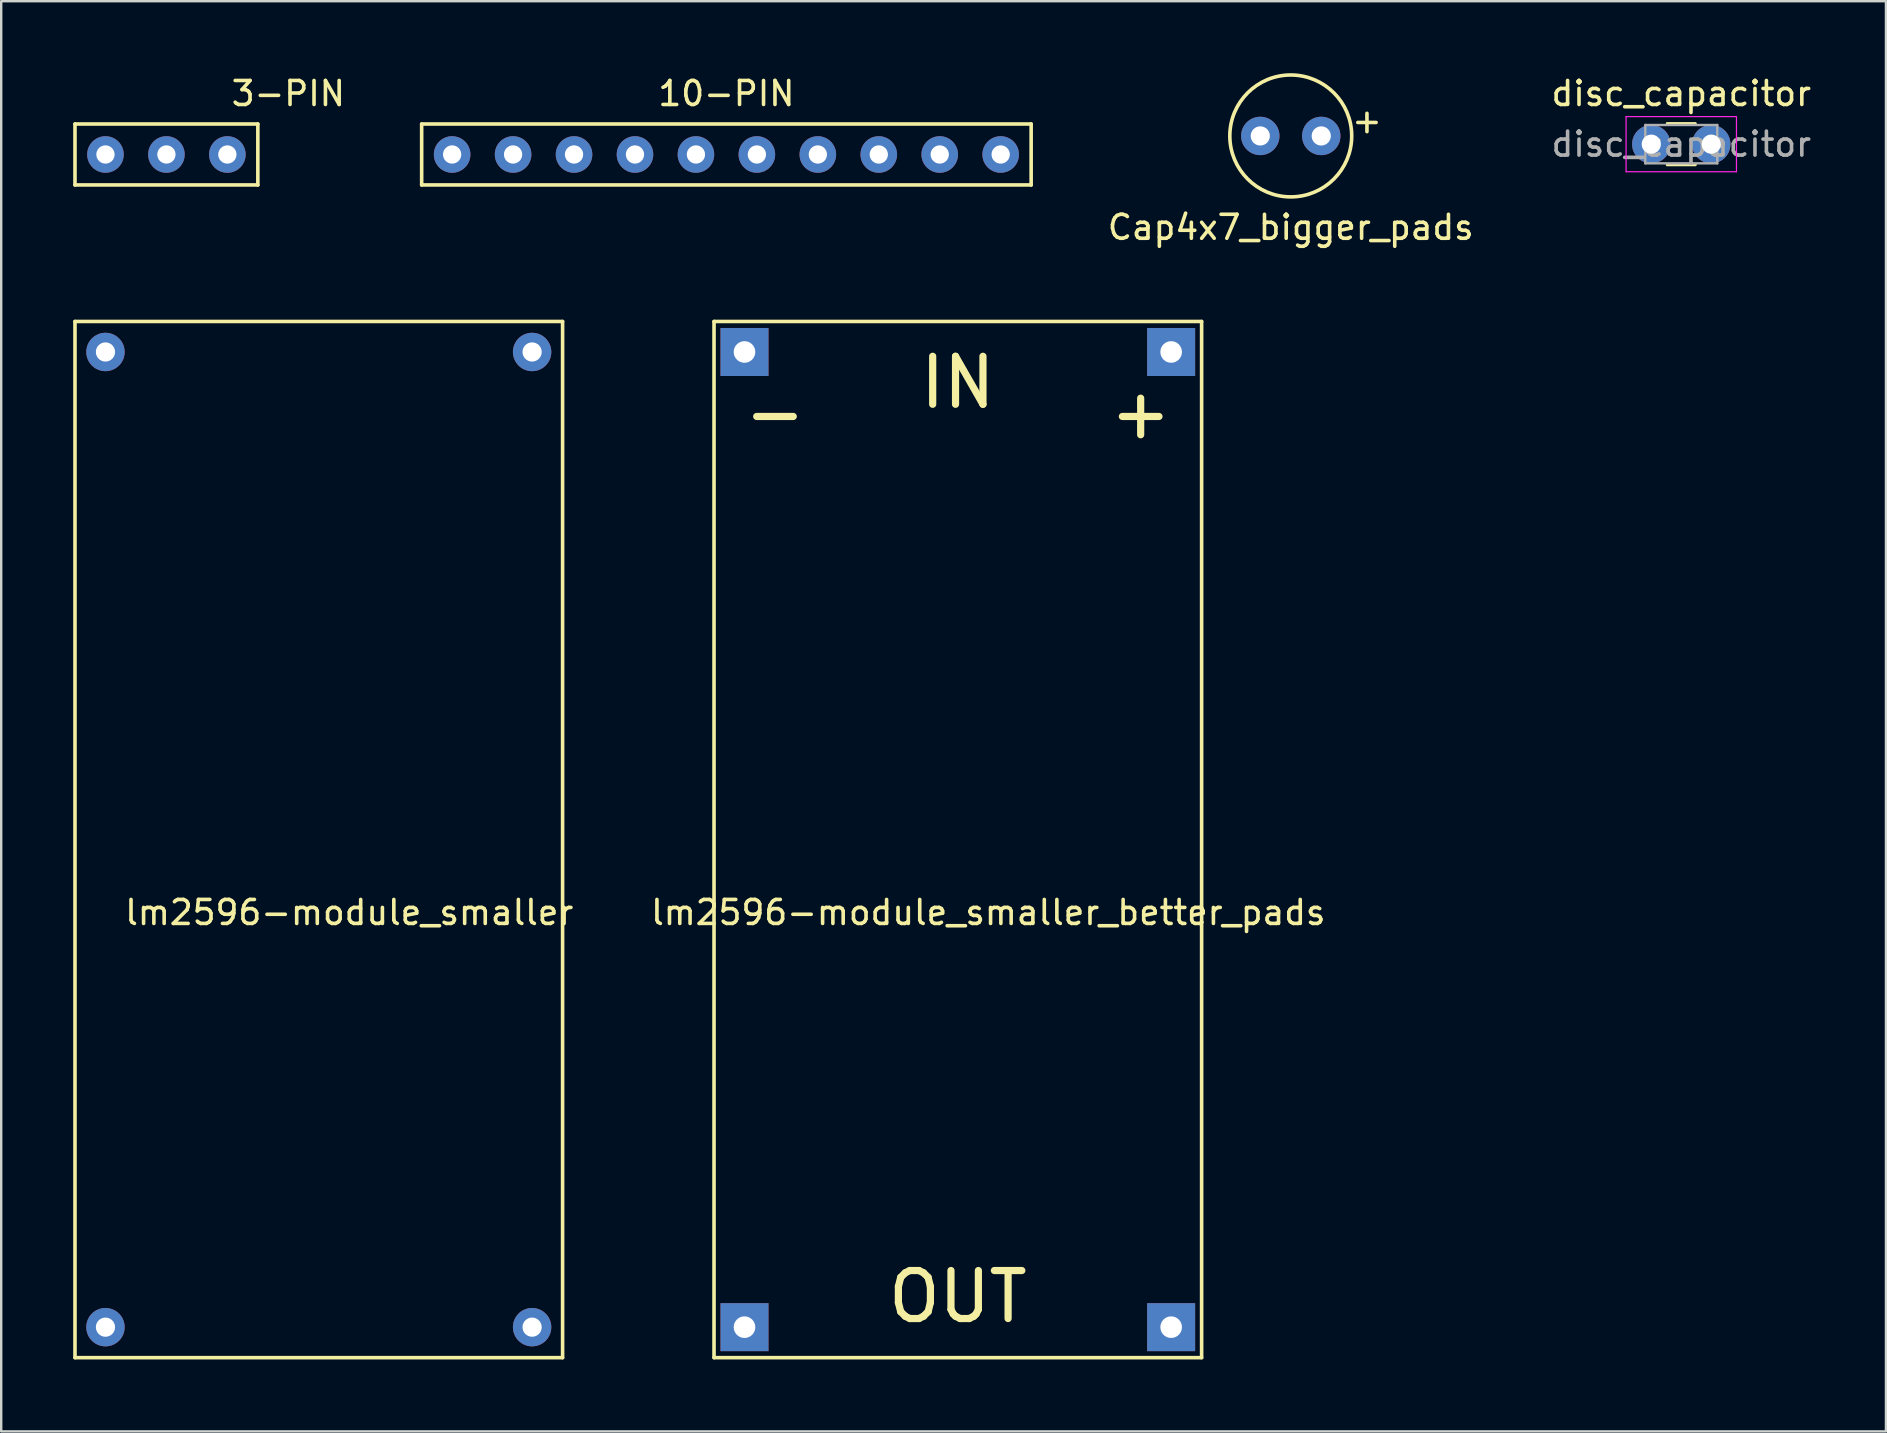
<source format=kicad_pcb>
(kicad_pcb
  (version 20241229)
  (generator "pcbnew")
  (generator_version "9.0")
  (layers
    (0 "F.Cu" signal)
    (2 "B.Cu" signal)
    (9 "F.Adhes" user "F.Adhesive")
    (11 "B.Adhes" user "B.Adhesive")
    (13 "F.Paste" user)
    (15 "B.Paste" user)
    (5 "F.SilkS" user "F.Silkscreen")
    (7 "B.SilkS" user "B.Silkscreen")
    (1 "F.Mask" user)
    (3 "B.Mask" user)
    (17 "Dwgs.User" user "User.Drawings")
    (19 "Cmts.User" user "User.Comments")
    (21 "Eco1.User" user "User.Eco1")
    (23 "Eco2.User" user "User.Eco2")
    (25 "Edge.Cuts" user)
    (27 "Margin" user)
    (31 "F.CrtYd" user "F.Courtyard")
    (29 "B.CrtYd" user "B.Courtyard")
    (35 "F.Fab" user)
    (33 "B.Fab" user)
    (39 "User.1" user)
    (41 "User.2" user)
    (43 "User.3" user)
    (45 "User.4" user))
  (footprint "lm2596-module_smaller"
    (layer "F.Cu")
    (at 11.505 34.478)
    (property "Reference" "lm2596-module_smaller" (at 0 0.5 0) (layer "F.SilkS") (effects (font (size 1 1) (thickness 0.15))))
    (attr through_hole)
    (fp_line (start -11.43 -24.13) (end 8.89 -24.13) (stroke (width 0.15) (type solid)) (layer "F.SilkS"))
    (fp_line (start -11.43 19.05) (end -11.43 -24.13) (stroke (width 0.15) (type solid)) (layer "F.SilkS"))
    (fp_line (start 8.89 -24.13) (end 8.89 19.05) (stroke (width 0.15) (type solid)) (layer "F.SilkS"))
    (fp_line (start 8.89 19.05) (end -11.43 19.05) (stroke (width 0.15) (type solid)) (layer "F.SilkS"))
    (pad "1" thru_hole circle (at -10.16 -22.86) (size 1.6 1.6) (drill 0.8) (layers "*.Cu" "*.Mask"))
    (pad "2" thru_hole circle (at 7.62 -22.86) (size 1.6 1.6) (drill 0.8) (layers "*.Cu" "*.Mask"))
    (pad "3" thru_hole circle (at -10.16 17.78) (size 1.6 1.6) (drill 0.8) (layers "*.Cu" "*.Mask"))
    (pad "4" thru_hole circle (at 7.62 17.78) (size 1.6 1.6) (drill 0.8) (layers "*.Cu" "*.Mask")))
  (footprint "lm2596-module_smaller_better_pads"
    (layer "F.Cu")
    (at 38.136 34.478)
    (property "Reference" "lm2596-module_smaller_better_pads" (at 0 0.5 0) (layer "F.SilkS") (effects (font (size 1 1) (thickness 0.15))))
    (attr through_hole)
    (fp_line (start -11.43 -24.13) (end 8.89 -24.13) (stroke (width 0.15) (type solid)) (layer "F.SilkS"))
    (fp_line (start -11.43 19.05) (end -11.43 -24.13) (stroke (width 0.15) (type solid)) (layer "F.SilkS"))
    (fp_line (start 8.89 -24.13) (end 8.89 19.05) (stroke (width 0.15) (type solid)) (layer "F.SilkS"))
    (fp_line (start 8.89 19.05) (end -11.43 19.05) (stroke (width 0.15) (type solid)) (layer "F.SilkS"))
    (fp_text user "-" (at -8.89 -20.32 0) (layer "F.SilkS") (effects (font (size 2 2) (thickness 0.3))))
    (fp_text user "+" (at 6.35 -20.32 0) (layer "F.SilkS") (effects (font (size 2 2) (thickness 0.3))))
    (fp_text user "IN" (at -1.27 -21.59 0) (layer "F.SilkS") (effects (font (size 2 2) (thickness 0.3))))
    (fp_text user "OUT" (at -1.27 16.51 0) (layer "F.SilkS") (effects (font (size 2 2) (thickness 0.3))))
    (pad "1" thru_hole rect (at -10.16 -22.86) (size 2 2) (drill 0.9) (layers "*.Cu" "*.Mask"))
    (pad "2" thru_hole rect (at 7.62 -22.86) (size 2 2) (drill 0.9) (layers "*.Cu" "*.Mask"))
    (pad "3" thru_hole rect (at -10.16 17.78) (size 2 2) (drill 0.9) (layers "*.Cu" "*.Mask"))
    (pad "4" thru_hole rect (at 7.62 17.78) (size 2 2) (drill 0.9) (layers "*.Cu" "*.Mask")))
  (footprint "10-PIN"
    (layer "F.Cu")
    (at 25.952 3.388)
    (property "Reference" "10-PIN" (at 1.27 -2.54 0) (layer "F.SilkS") (effects (font (size 1 1) (thickness 0.15))))
    (attr through_hole)
    (fp_line (start -11.43 -1.27) (end 13.97 -1.27) (stroke (width 0.15) (type solid)) (layer "F.SilkS"))
    (fp_line (start -11.43 1.27) (end -11.43 -1.27) (stroke (width 0.15) (type solid)) (layer "F.SilkS"))
    (fp_line (start 13.97 -1.27) (end 13.97 1.27) (stroke (width 0.15) (type solid)) (layer "F.SilkS"))
    (fp_line (start 13.97 1.27) (end -11.43 1.27) (stroke (width 0.15) (type solid)) (layer "F.SilkS"))
    (pad "1" thru_hole circle (at -10.16 0) (size 1.524 1.524) (drill 0.762) (layers "*.Cu" "*.Mask"))
    (pad "2" thru_hole circle (at -7.62 0) (size 1.524 1.524) (drill 0.762) (layers "*.Cu" "*.Mask"))
    (pad "3" thru_hole circle (at -5.08 0) (size 1.524 1.524) (drill 0.762) (layers "*.Cu" "*.Mask"))
    (pad "4" thru_hole circle (at -2.54 0) (size 1.524 1.524) (drill 0.762) (layers "*.Cu" "*.Mask"))
    (pad "5" thru_hole circle (at 0 0) (size 1.524 1.524) (drill 0.762) (layers "*.Cu" "*.Mask"))
    (pad "6" thru_hole circle (at 2.54 0) (size 1.524 1.524) (drill 0.762) (layers "*.Cu" "*.Mask"))
    (pad "7" thru_hole circle (at 5.08 0) (size 1.524 1.524) (drill 0.762) (layers "*.Cu" "*.Mask"))
    (pad "8" thru_hole circle (at 7.62 0) (size 1.524 1.524) (drill 0.762) (layers "*.Cu" "*.Mask"))
    (pad "9" thru_hole circle (at 10.16 0) (size 1.524 1.524) (drill 0.762) (layers "*.Cu" "*.Mask"))
    (pad "10" thru_hole circle (at 12.7 0) (size 1.524 1.524) (drill 0.762) (layers "*.Cu" "*.Mask")))
  (footprint "Cap4x7_bigger_pads"
    (layer "F.Cu")
    (at 50.741 2.615)
    (property "Reference" "Cap4x7_bigger_pads" (at 0 3.81 0) (layer "F.SilkS") (effects (font (size 1 1) (thickness 0.15))))
    (attr through_hole)
    (fp_circle (center 0 0) (end 2.54 0) (stroke (width 0.15) (type solid)) (fill no) (layer "F.SilkS"))
    (fp_text user "+" (at 3.175 -0.635 0) (layer "F.SilkS") (effects (font (size 1 1) (thickness 0.15))))
    (pad "1" thru_hole circle (at 1.27 0) (size 1.6 1.6) (drill 0.8) (layers "*.Cu" "*.Mask"))
    (pad "2" thru_hole circle (at -1.27 0) (size 1.6 1.6) (drill 0.8) (layers "*.Cu" "*.Mask")))
  (footprint "3-PIN"
    (layer "F.Cu")
    (at 3.885 3.388)
    (property "Reference" "3-PIN" (at 5.08 -2.54 0) (layer "F.SilkS") (effects (font (size 1 1) (thickness 0.15))))
    (attr through_hole)
    (fp_line (start -3.81 -1.27) (end 3.81 -1.27) (stroke (width 0.15) (type solid)) (layer "F.SilkS"))
    (fp_line (start -3.81 1.27) (end -3.81 -1.27) (stroke (width 0.15) (type solid)) (layer "F.SilkS"))
    (fp_line (start 3.81 -1.27) (end 3.81 1.27) (stroke (width 0.15) (type solid)) (layer "F.SilkS"))
    (fp_line (start 3.81 1.27) (end -3.81 1.27) (stroke (width 0.15) (type solid)) (layer "F.SilkS"))
    (pad "1" thru_hole circle (at -2.54 0) (size 1.524 1.524) (drill 0.762) (layers "*.Cu" "*.Mask"))
    (pad "2" thru_hole circle (at 0 0) (size 1.524 1.524) (drill 0.762) (layers "*.Cu" "*.Mask"))
    (pad "3" thru_hole circle (at 2.54 0) (size 1.524 1.524) (drill 0.762) (layers "*.Cu" "*.Mask")))
  (footprint "disc_capacitor"
    (layer "F.Cu")
    (at 65.765 2.958)
    (property "Reference" "disc_capacitor" (at 1.25 -2.11 0) (layer "F.SilkS") (effects (font (size 1 1) (thickness 0.15))))
    (attr through_hole)
    (fp_line (start 0.663 -0.861) (end 1.837 -0.861) (stroke (width 0.12) (type solid)) (layer "F.SilkS"))
    (fp_line (start 0.663 0.861) (end 1.837 0.861) (stroke (width 0.12) (type solid)) (layer "F.SilkS"))
    (fp_line (start -1.05 -1.15) (end -1.05 1.15) (stroke (width 0.05) (type solid)) (layer "F.CrtYd"))
    (fp_line (start -1.05 1.15) (end 3.55 1.15) (stroke (width 0.05) (type solid)) (layer "F.CrtYd"))
    (fp_line (start 3.55 -1.15) (end -1.05 -1.15) (stroke (width 0.05) (type solid)) (layer "F.CrtYd"))
    (fp_line (start 3.55 1.15) (end 3.55 -1.15) (stroke (width 0.05) (type solid)) (layer "F.CrtYd"))
    (fp_line (start -0.25 -0.8) (end -0.25 0.8) (stroke (width 0.1) (type solid)) (layer "F.Fab"))
    (fp_line (start -0.25 0.8) (end 2.75 0.8) (stroke (width 0.1) (type solid)) (layer "F.Fab"))
    (fp_line (start 2.75 -0.8) (end -0.25 -0.8) (stroke (width 0.1) (type solid)) (layer "F.Fab"))
    (fp_line (start 2.75 0.8) (end 2.75 -0.8) (stroke (width 0.1) (type solid)) (layer "F.Fab"))
    (fp_text user "${REFERENCE}" (at 1.25 0 0) (layer "F.Fab") (effects (font (size 1 1) (thickness 0.15))))
    (pad "1" thru_hole circle (at 0 0) (size 1.6 1.6) (drill 0.8) (layers "*.Cu" "*.Mask"))
    (pad "2" thru_hole circle (at 2.5 0) (size 1.6 1.6) (drill 0.8) (layers "*.Cu" "*.Mask")))
  (gr_rect
    (start -3 -3)
    (end 75.545 56.603)
    (stroke (width 0.1) (type default))
    (fill no)
    (layer "Edge.Cuts")))
</source>
